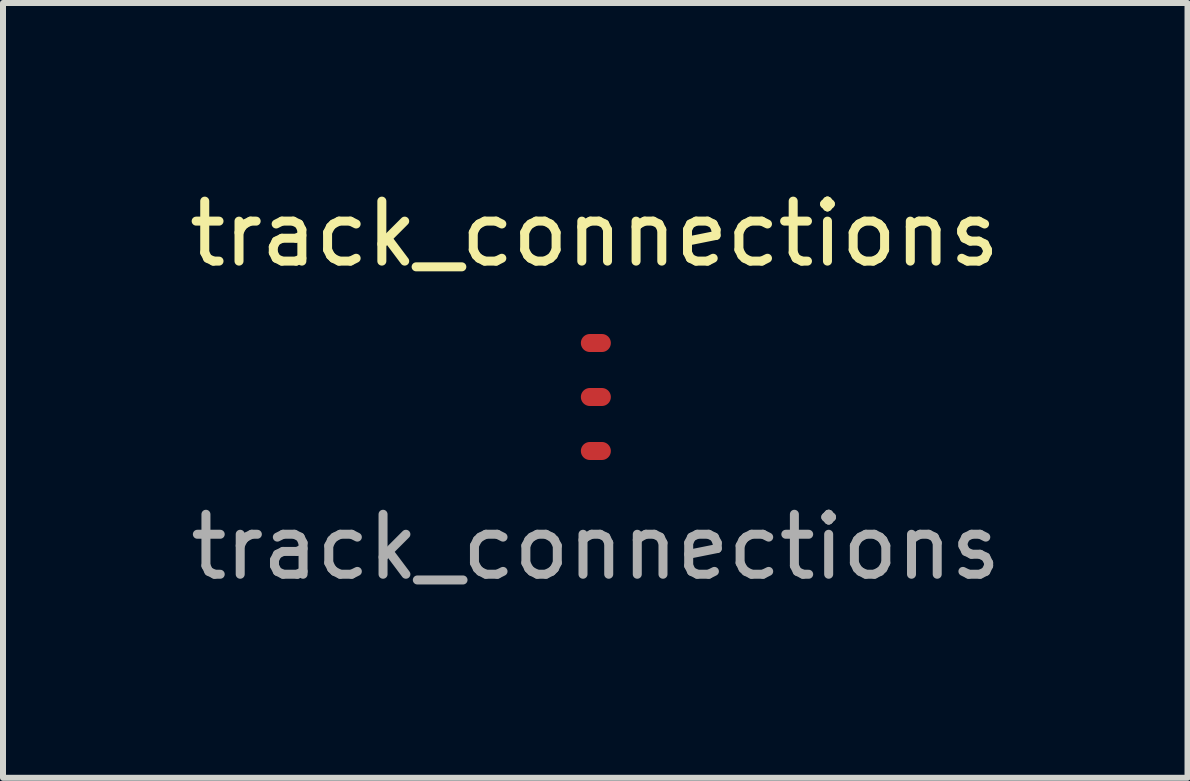
<source format=kicad_pcb>
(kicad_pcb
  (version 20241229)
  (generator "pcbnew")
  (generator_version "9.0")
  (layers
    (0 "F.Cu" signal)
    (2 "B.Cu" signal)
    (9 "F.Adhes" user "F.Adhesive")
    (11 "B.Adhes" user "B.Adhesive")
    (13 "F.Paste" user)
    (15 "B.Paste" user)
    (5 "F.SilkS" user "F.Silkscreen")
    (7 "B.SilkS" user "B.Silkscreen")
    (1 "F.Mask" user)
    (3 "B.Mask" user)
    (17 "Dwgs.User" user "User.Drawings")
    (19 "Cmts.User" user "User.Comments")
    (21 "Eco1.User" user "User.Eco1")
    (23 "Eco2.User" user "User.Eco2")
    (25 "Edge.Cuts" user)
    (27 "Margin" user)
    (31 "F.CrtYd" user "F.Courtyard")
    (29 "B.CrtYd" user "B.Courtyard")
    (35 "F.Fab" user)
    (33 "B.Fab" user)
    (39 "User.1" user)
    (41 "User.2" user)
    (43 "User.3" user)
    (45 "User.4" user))
  (footprint "track_connections"
    (layer "F.Cu")
    (at 6.883 3.568)
    (property "Reference" "track_connections" (at -0.02 -2.72 0) (unlocked yes) (layer "F.SilkS") (effects (font (size 1 1) (thickness 0.15))))
    (attr smd)
    (fp_text user "${REFERENCE}" (at 0 2.5 0) (unlocked yes) (layer "F.Fab") (effects (font (size 1 1) (thickness 0.15))))
    (pad "1" smd oval (at 0 -0.9 90) (size 0.3 0.5) (layers "F.Cu" "F.Mask" "F.Paste"))
    (pad "2" smd oval (at 0 0 90) (size 0.3 0.5) (layers "F.Cu" "F.Mask" "F.Paste"))
    (pad "3" smd oval (at 0 0.9 90) (size 0.3 0.5) (layers "F.Cu" "F.Mask" "F.Paste")))
  (gr_rect
    (start -3 -3)
    (end 16.746 9.916)
    (stroke (width 0.1) (type default))
    (fill no)
    (layer "Edge.Cuts")))
</source>
